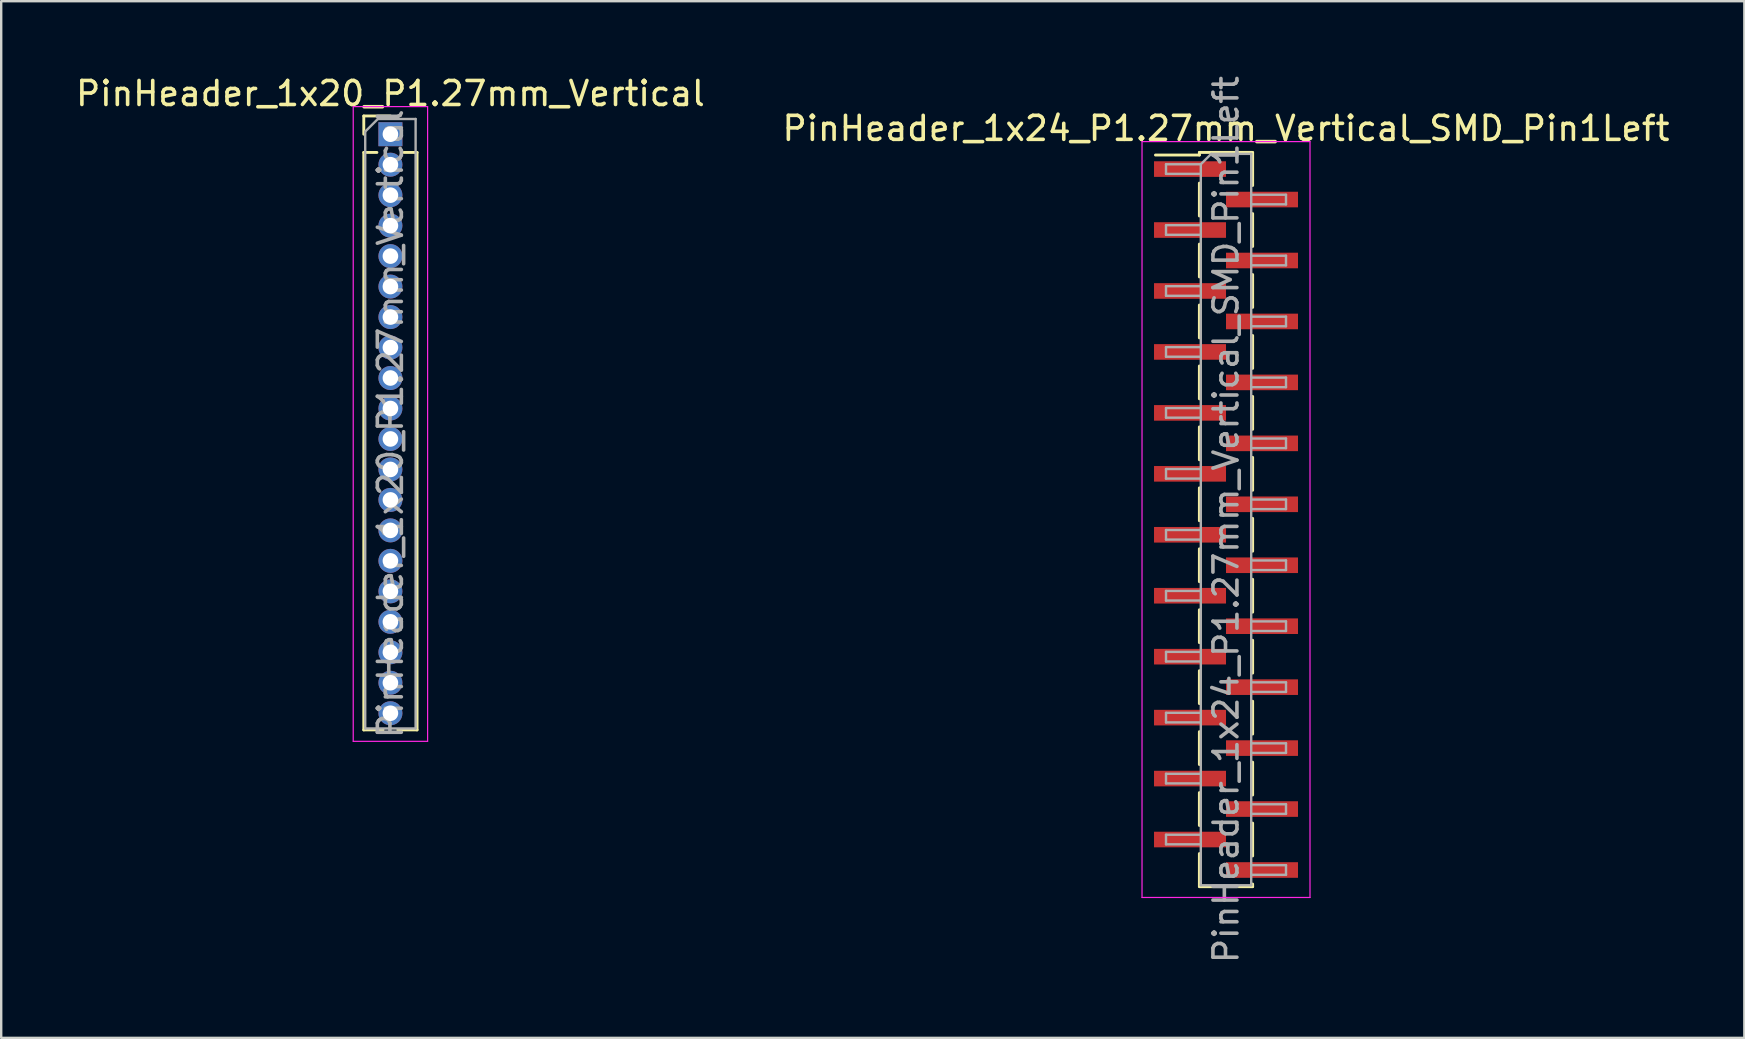
<source format=kicad_pcb>
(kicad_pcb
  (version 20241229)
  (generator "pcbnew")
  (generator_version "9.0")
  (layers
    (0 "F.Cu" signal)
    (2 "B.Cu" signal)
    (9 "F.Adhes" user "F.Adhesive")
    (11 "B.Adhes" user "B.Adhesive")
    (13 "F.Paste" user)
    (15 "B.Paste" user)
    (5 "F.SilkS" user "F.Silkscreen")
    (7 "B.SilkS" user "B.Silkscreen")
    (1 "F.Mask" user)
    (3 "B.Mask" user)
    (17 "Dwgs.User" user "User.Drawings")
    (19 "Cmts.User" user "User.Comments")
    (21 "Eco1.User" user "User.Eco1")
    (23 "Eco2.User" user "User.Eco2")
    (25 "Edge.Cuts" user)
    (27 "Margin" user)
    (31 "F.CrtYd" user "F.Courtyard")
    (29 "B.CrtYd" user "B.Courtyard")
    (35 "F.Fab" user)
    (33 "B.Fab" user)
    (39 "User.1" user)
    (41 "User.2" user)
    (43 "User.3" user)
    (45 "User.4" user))
  (footprint "PinHeader_1x20_P1.27mm_Vertical"
    (layer "F.Cu")
    (at 13.22 2.543)
    (property "Reference" "PinHeader_1x20_P1.27mm_Vertical" (at 0 -1.695 0) (layer "F.SilkS") (effects (font (size 1 1) (thickness 0.15))))
    (attr through_hole)
    (fp_line (start -1.11 -0.76) (end 0 -0.76) (stroke (width 0.12) (type solid)) (layer "F.SilkS"))
    (fp_line (start -1.11 0) (end -1.11 -0.76) (stroke (width 0.12) (type solid)) (layer "F.SilkS"))
    (fp_line (start -1.11 0.76) (end -1.11 24.825) (stroke (width 0.12) (type solid)) (layer "F.SilkS"))
    (fp_line (start -1.11 0.76) (end -0.563 0.76) (stroke (width 0.12) (type solid)) (layer "F.SilkS"))
    (fp_line (start -1.11 24.825) (end -0.308 24.825) (stroke (width 0.12) (type solid)) (layer "F.SilkS"))
    (fp_line (start 0.308 24.825) (end 1.11 24.825) (stroke (width 0.12) (type solid)) (layer "F.SilkS"))
    (fp_line (start 0.563 0.76) (end 1.11 0.76) (stroke (width 0.12) (type solid)) (layer "F.SilkS"))
    (fp_line (start 1.11 0.76) (end 1.11 24.825) (stroke (width 0.12) (type solid)) (layer "F.SilkS"))
    (fp_line (start -1.55 -1.15) (end -1.55 25.3) (stroke (width 0.05) (type solid)) (layer "F.CrtYd"))
    (fp_line (start -1.55 25.3) (end 1.55 25.3) (stroke (width 0.05) (type solid)) (layer "F.CrtYd"))
    (fp_line (start 1.55 -1.15) (end -1.55 -1.15) (stroke (width 0.05) (type solid)) (layer "F.CrtYd"))
    (fp_line (start 1.55 25.3) (end 1.55 -1.15) (stroke (width 0.05) (type solid)) (layer "F.CrtYd"))
    (fp_line (start -1.05 -0.11) (end -0.525 -0.635) (stroke (width 0.1) (type solid)) (layer "F.Fab"))
    (fp_line (start -1.05 24.765) (end -1.05 -0.11) (stroke (width 0.1) (type solid)) (layer "F.Fab"))
    (fp_line (start -0.525 -0.635) (end 1.05 -0.635) (stroke (width 0.1) (type solid)) (layer "F.Fab"))
    (fp_line (start 1.05 -0.635) (end 1.05 24.765) (stroke (width 0.1) (type solid)) (layer "F.Fab"))
    (fp_line (start 1.05 24.765) (end -1.05 24.765) (stroke (width 0.1) (type solid)) (layer "F.Fab"))
    (fp_text user "${REFERENCE}" (at 0 12.065 90) (layer "F.Fab") (effects (font (size 1 1) (thickness 0.15))))
    (pad "1" thru_hole rect (at 0 0) (size 1 1) (drill 0.65) (layers "*.Cu" "*.Mask"))
    (pad "2" thru_hole oval (at 0 1.27) (size 1 1) (drill 0.65) (layers "*.Cu" "*.Mask"))
    (pad "3" thru_hole oval (at 0 2.54) (size 1 1) (drill 0.65) (layers "*.Cu" "*.Mask"))
    (pad "4" thru_hole oval (at 0 3.81) (size 1 1) (drill 0.65) (layers "*.Cu" "*.Mask"))
    (pad "5" thru_hole oval (at 0 5.08) (size 1 1) (drill 0.65) (layers "*.Cu" "*.Mask"))
    (pad "6" thru_hole oval (at 0 6.35) (size 1 1) (drill 0.65) (layers "*.Cu" "*.Mask"))
    (pad "7" thru_hole oval (at 0 7.62) (size 1 1) (drill 0.65) (layers "*.Cu" "*.Mask"))
    (pad "8" thru_hole oval (at 0 8.89) (size 1 1) (drill 0.65) (layers "*.Cu" "*.Mask"))
    (pad "9" thru_hole oval (at 0 10.16) (size 1 1) (drill 0.65) (layers "*.Cu" "*.Mask"))
    (pad "10" thru_hole oval (at 0 11.43) (size 1 1) (drill 0.65) (layers "*.Cu" "*.Mask"))
    (pad "11" thru_hole oval (at 0 12.7) (size 1 1) (drill 0.65) (layers "*.Cu" "*.Mask"))
    (pad "12" thru_hole oval (at 0 13.97) (size 1 1) (drill 0.65) (layers "*.Cu" "*.Mask"))
    (pad "13" thru_hole oval (at 0 15.24) (size 1 1) (drill 0.65) (layers "*.Cu" "*.Mask"))
    (pad "14" thru_hole oval (at 0 16.51) (size 1 1) (drill 0.65) (layers "*.Cu" "*.Mask"))
    (pad "15" thru_hole oval (at 0 17.78) (size 1 1) (drill 0.65) (layers "*.Cu" "*.Mask"))
    (pad "16" thru_hole oval (at 0 19.05) (size 1 1) (drill 0.65) (layers "*.Cu" "*.Mask"))
    (pad "17" thru_hole oval (at 0 20.32) (size 1 1) (drill 0.65) (layers "*.Cu" "*.Mask"))
    (pad "18" thru_hole oval (at 0 21.59) (size 1 1) (drill 0.65) (layers "*.Cu" "*.Mask"))
    (pad "19" thru_hole oval (at 0 22.86) (size 1 1) (drill 0.65) (layers "*.Cu" "*.Mask"))
    (pad "20" thru_hole oval (at 0 24.13) (size 1 1) (drill 0.65) (layers "*.Cu" "*.Mask")))
  (footprint "PinHeader_1x24_P1.27mm_Vertical_SMD_Pin1Left"
    (layer "F.Cu")
    (at 48.042 18.601)
    (property "Reference" "PinHeader_1x24_P1.27mm_Vertical_SMD_Pin1Left" (at 0 -16.3 0) (layer "F.SilkS") (effects (font (size 1 1) (thickness 0.15))))
    (attr smd)
    (fp_line (start -1.11 -15.3) (end -1.11 -15.19) (stroke (width 0.12) (type solid)) (layer "F.SilkS"))
    (fp_line (start -1.11 -15.3) (end 1.11 -15.3) (stroke (width 0.12) (type solid)) (layer "F.SilkS"))
    (fp_line (start -1.11 -15.19) (end -2.94 -15.19) (stroke (width 0.12) (type solid)) (layer "F.SilkS"))
    (fp_line (start -1.11 -14.02) (end -1.11 -12.65) (stroke (width 0.12) (type solid)) (layer "F.SilkS"))
    (fp_line (start -1.11 -11.48) (end -1.11 -10.11) (stroke (width 0.12) (type solid)) (layer "F.SilkS"))
    (fp_line (start -1.11 -8.94) (end -1.11 -7.57) (stroke (width 0.12) (type solid)) (layer "F.SilkS"))
    (fp_line (start -1.11 -6.4) (end -1.11 -5.03) (stroke (width 0.12) (type solid)) (layer "F.SilkS"))
    (fp_line (start -1.11 -3.86) (end -1.11 -2.49) (stroke (width 0.12) (type solid)) (layer "F.SilkS"))
    (fp_line (start -1.11 -1.32) (end -1.11 0.05) (stroke (width 0.12) (type solid)) (layer "F.SilkS"))
    (fp_line (start -1.11 1.22) (end -1.11 2.59) (stroke (width 0.12) (type solid)) (layer "F.SilkS"))
    (fp_line (start -1.11 3.76) (end -1.11 5.13) (stroke (width 0.12) (type solid)) (layer "F.SilkS"))
    (fp_line (start -1.11 6.3) (end -1.11 7.67) (stroke (width 0.12) (type solid)) (layer "F.SilkS"))
    (fp_line (start -1.11 8.84) (end -1.11 10.21) (stroke (width 0.12) (type solid)) (layer "F.SilkS"))
    (fp_line (start -1.11 11.38) (end -1.11 12.75) (stroke (width 0.12) (type solid)) (layer "F.SilkS"))
    (fp_line (start -1.11 13.92) (end -1.11 15.29) (stroke (width 0.12) (type solid)) (layer "F.SilkS"))
    (fp_line (start -1.11 15.3) (end 1.11 15.3) (stroke (width 0.12) (type solid)) (layer "F.SilkS"))
    (fp_line (start 1.11 -15.29) (end 1.11 -13.92) (stroke (width 0.12) (type solid)) (layer "F.SilkS"))
    (fp_line (start 1.11 -12.75) (end 1.11 -11.38) (stroke (width 0.12) (type solid)) (layer "F.SilkS"))
    (fp_line (start 1.11 -10.21) (end 1.11 -8.84) (stroke (width 0.12) (type solid)) (layer "F.SilkS"))
    (fp_line (start 1.11 -7.67) (end 1.11 -6.3) (stroke (width 0.12) (type solid)) (layer "F.SilkS"))
    (fp_line (start 1.11 -5.13) (end 1.11 -3.76) (stroke (width 0.12) (type solid)) (layer "F.SilkS"))
    (fp_line (start 1.11 -2.59) (end 1.11 -1.22) (stroke (width 0.12) (type solid)) (layer "F.SilkS"))
    (fp_line (start 1.11 -0.05) (end 1.11 1.32) (stroke (width 0.12) (type solid)) (layer "F.SilkS"))
    (fp_line (start 1.11 2.49) (end 1.11 3.86) (stroke (width 0.12) (type solid)) (layer "F.SilkS"))
    (fp_line (start 1.11 5.03) (end 1.11 6.4) (stroke (width 0.12) (type solid)) (layer "F.SilkS"))
    (fp_line (start 1.11 7.57) (end 1.11 8.94) (stroke (width 0.12) (type solid)) (layer "F.SilkS"))
    (fp_line (start 1.11 10.11) (end 1.11 11.48) (stroke (width 0.12) (type solid)) (layer "F.SilkS"))
    (fp_line (start 1.11 12.65) (end 1.11 14.02) (stroke (width 0.12) (type solid)) (layer "F.SilkS"))
    (fp_line (start 1.11 15.19) (end 1.11 15.3) (stroke (width 0.12) (type solid)) (layer "F.SilkS"))
    (fp_line (start -3.5 -15.75) (end -3.5 15.75) (stroke (width 0.05) (type solid)) (layer "F.CrtYd"))
    (fp_line (start -3.5 15.75) (end 3.5 15.75) (stroke (width 0.05) (type solid)) (layer "F.CrtYd"))
    (fp_line (start 3.5 -15.75) (end -3.5 -15.75) (stroke (width 0.05) (type solid)) (layer "F.CrtYd"))
    (fp_line (start 3.5 15.75) (end 3.5 -15.75) (stroke (width 0.05) (type solid)) (layer "F.CrtYd"))
    (fp_line (start -2.5 -14.805) (end -2.5 -14.405) (stroke (width 0.1) (type solid)) (layer "F.Fab"))
    (fp_line (start -2.5 -14.405) (end -1.05 -14.405) (stroke (width 0.1) (type solid)) (layer "F.Fab"))
    (fp_line (start -2.5 -12.265) (end -2.5 -11.865) (stroke (width 0.1) (type solid)) (layer "F.Fab"))
    (fp_line (start -2.5 -11.865) (end -1.05 -11.865) (stroke (width 0.1) (type solid)) (layer "F.Fab"))
    (fp_line (start -2.5 -9.725) (end -2.5 -9.325) (stroke (width 0.1) (type solid)) (layer "F.Fab"))
    (fp_line (start -2.5 -9.325) (end -1.05 -9.325) (stroke (width 0.1) (type solid)) (layer "F.Fab"))
    (fp_line (start -2.5 -7.185) (end -2.5 -6.785) (stroke (width 0.1) (type solid)) (layer "F.Fab"))
    (fp_line (start -2.5 -6.785) (end -1.05 -6.785) (stroke (width 0.1) (type solid)) (layer "F.Fab"))
    (fp_line (start -2.5 -4.645) (end -2.5 -4.245) (stroke (width 0.1) (type solid)) (layer "F.Fab"))
    (fp_line (start -2.5 -4.245) (end -1.05 -4.245) (stroke (width 0.1) (type solid)) (layer "F.Fab"))
    (fp_line (start -2.5 -2.105) (end -2.5 -1.705) (stroke (width 0.1) (type solid)) (layer "F.Fab"))
    (fp_line (start -2.5 -1.705) (end -1.05 -1.705) (stroke (width 0.1) (type solid)) (layer "F.Fab"))
    (fp_line (start -2.5 0.435) (end -2.5 0.835) (stroke (width 0.1) (type solid)) (layer "F.Fab"))
    (fp_line (start -2.5 0.835) (end -1.05 0.835) (stroke (width 0.1) (type solid)) (layer "F.Fab"))
    (fp_line (start -2.5 2.975) (end -2.5 3.375) (stroke (width 0.1) (type solid)) (layer "F.Fab"))
    (fp_line (start -2.5 3.375) (end -1.05 3.375) (stroke (width 0.1) (type solid)) (layer "F.Fab"))
    (fp_line (start -2.5 5.515) (end -2.5 5.915) (stroke (width 0.1) (type solid)) (layer "F.Fab"))
    (fp_line (start -2.5 5.915) (end -1.05 5.915) (stroke (width 0.1) (type solid)) (layer "F.Fab"))
    (fp_line (start -2.5 8.055) (end -2.5 8.455) (stroke (width 0.1) (type solid)) (layer "F.Fab"))
    (fp_line (start -2.5 8.455) (end -1.05 8.455) (stroke (width 0.1) (type solid)) (layer "F.Fab"))
    (fp_line (start -2.5 10.595) (end -2.5 10.995) (stroke (width 0.1) (type solid)) (layer "F.Fab"))
    (fp_line (start -2.5 10.995) (end -1.05 10.995) (stroke (width 0.1) (type solid)) (layer "F.Fab"))
    (fp_line (start -2.5 13.135) (end -2.5 13.535) (stroke (width 0.1) (type solid)) (layer "F.Fab"))
    (fp_line (start -2.5 13.535) (end -1.05 13.535) (stroke (width 0.1) (type solid)) (layer "F.Fab"))
    (fp_line (start -1.05 -14.805) (end -2.5 -14.805) (stroke (width 0.1) (type solid)) (layer "F.Fab"))
    (fp_line (start -1.05 -14.805) (end -0.615 -15.24) (stroke (width 0.1) (type solid)) (layer "F.Fab"))
    (fp_line (start -1.05 -12.265) (end -2.5 -12.265) (stroke (width 0.1) (type solid)) (layer "F.Fab"))
    (fp_line (start -1.05 -9.725) (end -2.5 -9.725) (stroke (width 0.1) (type solid)) (layer "F.Fab"))
    (fp_line (start -1.05 -7.185) (end -2.5 -7.185) (stroke (width 0.1) (type solid)) (layer "F.Fab"))
    (fp_line (start -1.05 -4.645) (end -2.5 -4.645) (stroke (width 0.1) (type solid)) (layer "F.Fab"))
    (fp_line (start -1.05 -2.105) (end -2.5 -2.105) (stroke (width 0.1) (type solid)) (layer "F.Fab"))
    (fp_line (start -1.05 0.435) (end -2.5 0.435) (stroke (width 0.1) (type solid)) (layer "F.Fab"))
    (fp_line (start -1.05 2.975) (end -2.5 2.975) (stroke (width 0.1) (type solid)) (layer "F.Fab"))
    (fp_line (start -1.05 5.515) (end -2.5 5.515) (stroke (width 0.1) (type solid)) (layer "F.Fab"))
    (fp_line (start -1.05 8.055) (end -2.5 8.055) (stroke (width 0.1) (type solid)) (layer "F.Fab"))
    (fp_line (start -1.05 10.595) (end -2.5 10.595) (stroke (width 0.1) (type solid)) (layer "F.Fab"))
    (fp_line (start -1.05 13.135) (end -2.5 13.135) (stroke (width 0.1) (type solid)) (layer "F.Fab"))
    (fp_line (start -1.05 15.24) (end -1.05 -14.805) (stroke (width 0.1) (type solid)) (layer "F.Fab"))
    (fp_line (start -0.615 -15.24) (end 1.05 -15.24) (stroke (width 0.1) (type solid)) (layer "F.Fab"))
    (fp_line (start 1.05 -15.24) (end 1.05 15.24) (stroke (width 0.1) (type solid)) (layer "F.Fab"))
    (fp_line (start 1.05 -13.535) (end 2.5 -13.535) (stroke (width 0.1) (type solid)) (layer "F.Fab"))
    (fp_line (start 1.05 -10.995) (end 2.5 -10.995) (stroke (width 0.1) (type solid)) (layer "F.Fab"))
    (fp_line (start 1.05 -8.455) (end 2.5 -8.455) (stroke (width 0.1) (type solid)) (layer "F.Fab"))
    (fp_line (start 1.05 -5.915) (end 2.5 -5.915) (stroke (width 0.1) (type solid)) (layer "F.Fab"))
    (fp_line (start 1.05 -3.375) (end 2.5 -3.375) (stroke (width 0.1) (type solid)) (layer "F.Fab"))
    (fp_line (start 1.05 -0.835) (end 2.5 -0.835) (stroke (width 0.1) (type solid)) (layer "F.Fab"))
    (fp_line (start 1.05 1.705) (end 2.5 1.705) (stroke (width 0.1) (type solid)) (layer "F.Fab"))
    (fp_line (start 1.05 4.245) (end 2.5 4.245) (stroke (width 0.1) (type solid)) (layer "F.Fab"))
    (fp_line (start 1.05 6.785) (end 2.5 6.785) (stroke (width 0.1) (type solid)) (layer "F.Fab"))
    (fp_line (start 1.05 9.325) (end 2.5 9.325) (stroke (width 0.1) (type solid)) (layer "F.Fab"))
    (fp_line (start 1.05 11.865) (end 2.5 11.865) (stroke (width 0.1) (type solid)) (layer "F.Fab"))
    (fp_line (start 1.05 14.405) (end 2.5 14.405) (stroke (width 0.1) (type solid)) (layer "F.Fab"))
    (fp_line (start 1.05 15.24) (end -1.05 15.24) (stroke (width 0.1) (type solid)) (layer "F.Fab"))
    (fp_line (start 2.5 -13.535) (end 2.5 -13.135) (stroke (width 0.1) (type solid)) (layer "F.Fab"))
    (fp_line (start 2.5 -13.135) (end 1.05 -13.135) (stroke (width 0.1) (type solid)) (layer "F.Fab"))
    (fp_line (start 2.5 -10.995) (end 2.5 -10.595) (stroke (width 0.1) (type solid)) (layer "F.Fab"))
    (fp_line (start 2.5 -10.595) (end 1.05 -10.595) (stroke (width 0.1) (type solid)) (layer "F.Fab"))
    (fp_line (start 2.5 -8.455) (end 2.5 -8.055) (stroke (width 0.1) (type solid)) (layer "F.Fab"))
    (fp_line (start 2.5 -8.055) (end 1.05 -8.055) (stroke (width 0.1) (type solid)) (layer "F.Fab"))
    (fp_line (start 2.5 -5.915) (end 2.5 -5.515) (stroke (width 0.1) (type solid)) (layer "F.Fab"))
    (fp_line (start 2.5 -5.515) (end 1.05 -5.515) (stroke (width 0.1) (type solid)) (layer "F.Fab"))
    (fp_line (start 2.5 -3.375) (end 2.5 -2.975) (stroke (width 0.1) (type solid)) (layer "F.Fab"))
    (fp_line (start 2.5 -2.975) (end 1.05 -2.975) (stroke (width 0.1) (type solid)) (layer "F.Fab"))
    (fp_line (start 2.5 -0.835) (end 2.5 -0.435) (stroke (width 0.1) (type solid)) (layer "F.Fab"))
    (fp_line (start 2.5 -0.435) (end 1.05 -0.435) (stroke (width 0.1) (type solid)) (layer "F.Fab"))
    (fp_line (start 2.5 1.705) (end 2.5 2.105) (stroke (width 0.1) (type solid)) (layer "F.Fab"))
    (fp_line (start 2.5 2.105) (end 1.05 2.105) (stroke (width 0.1) (type solid)) (layer "F.Fab"))
    (fp_line (start 2.5 4.245) (end 2.5 4.645) (stroke (width 0.1) (type solid)) (layer "F.Fab"))
    (fp_line (start 2.5 4.645) (end 1.05 4.645) (stroke (width 0.1) (type solid)) (layer "F.Fab"))
    (fp_line (start 2.5 6.785) (end 2.5 7.185) (stroke (width 0.1) (type solid)) (layer "F.Fab"))
    (fp_line (start 2.5 7.185) (end 1.05 7.185) (stroke (width 0.1) (type solid)) (layer "F.Fab"))
    (fp_line (start 2.5 9.325) (end 2.5 9.725) (stroke (width 0.1) (type solid)) (layer "F.Fab"))
    (fp_line (start 2.5 9.725) (end 1.05 9.725) (stroke (width 0.1) (type solid)) (layer "F.Fab"))
    (fp_line (start 2.5 11.865) (end 2.5 12.265) (stroke (width 0.1) (type solid)) (layer "F.Fab"))
    (fp_line (start 2.5 12.265) (end 1.05 12.265) (stroke (width 0.1) (type solid)) (layer "F.Fab"))
    (fp_line (start 2.5 14.405) (end 2.5 14.805) (stroke (width 0.1) (type solid)) (layer "F.Fab"))
    (fp_line (start 2.5 14.805) (end 1.05 14.805) (stroke (width 0.1) (type solid)) (layer "F.Fab"))
    (fp_text user "${REFERENCE}" (at 0 0 90) (layer "F.Fab") (effects (font (size 1 1) (thickness 0.15))))
    (pad "1" smd rect (at -1.5 -14.605) (size 3 0.65) (layers "F.Cu" "F.Mask" "F.Paste"))
    (pad "2" smd rect (at 1.5 -13.335) (size 3 0.65) (layers "F.Cu" "F.Mask" "F.Paste"))
    (pad "3" smd rect (at -1.5 -12.065) (size 3 0.65) (layers "F.Cu" "F.Mask" "F.Paste"))
    (pad "4" smd rect (at 1.5 -10.795) (size 3 0.65) (layers "F.Cu" "F.Mask" "F.Paste"))
    (pad "5" smd rect (at -1.5 -9.525) (size 3 0.65) (layers "F.Cu" "F.Mask" "F.Paste"))
    (pad "6" smd rect (at 1.5 -8.255) (size 3 0.65) (layers "F.Cu" "F.Mask" "F.Paste"))
    (pad "7" smd rect (at -1.5 -6.985) (size 3 0.65) (layers "F.Cu" "F.Mask" "F.Paste"))
    (pad "8" smd rect (at 1.5 -5.715) (size 3 0.65) (layers "F.Cu" "F.Mask" "F.Paste"))
    (pad "9" smd rect (at -1.5 -4.445) (size 3 0.65) (layers "F.Cu" "F.Mask" "F.Paste"))
    (pad "10" smd rect (at 1.5 -3.175) (size 3 0.65) (layers "F.Cu" "F.Mask" "F.Paste"))
    (pad "11" smd rect (at -1.5 -1.905) (size 3 0.65) (layers "F.Cu" "F.Mask" "F.Paste"))
    (pad "12" smd rect (at 1.5 -0.635) (size 3 0.65) (layers "F.Cu" "F.Mask" "F.Paste"))
    (pad "13" smd rect (at -1.5 0.635) (size 3 0.65) (layers "F.Cu" "F.Mask" "F.Paste"))
    (pad "14" smd rect (at 1.5 1.905) (size 3 0.65) (layers "F.Cu" "F.Mask" "F.Paste"))
    (pad "15" smd rect (at -1.5 3.175) (size 3 0.65) (layers "F.Cu" "F.Mask" "F.Paste"))
    (pad "16" smd rect (at 1.5 4.445) (size 3 0.65) (layers "F.Cu" "F.Mask" "F.Paste"))
    (pad "17" smd rect (at -1.5 5.715) (size 3 0.65) (layers "F.Cu" "F.Mask" "F.Paste"))
    (pad "18" smd rect (at 1.5 6.985) (size 3 0.65) (layers "F.Cu" "F.Mask" "F.Paste"))
    (pad "19" smd rect (at -1.5 8.255) (size 3 0.65) (layers "F.Cu" "F.Mask" "F.Paste"))
    (pad "20" smd rect (at 1.5 9.525) (size 3 0.65) (layers "F.Cu" "F.Mask" "F.Paste"))
    (pad "21" smd rect (at -1.5 10.795) (size 3 0.65) (layers "F.Cu" "F.Mask" "F.Paste"))
    (pad "22" smd rect (at 1.5 12.065) (size 3 0.65) (layers "F.Cu" "F.Mask" "F.Paste"))
    (pad "23" smd rect (at -1.5 13.335) (size 3 0.65) (layers "F.Cu" "F.Mask" "F.Paste"))
    (pad "24" smd rect (at 1.5 14.605) (size 3 0.65) (layers "F.Cu" "F.Mask" "F.Paste")))
  (gr_rect
    (start -3 -3)
    (end 69.643 40.202)
    (stroke (width 0.1) (type default))
    (fill no)
    (layer "Edge.Cuts")))
</source>
